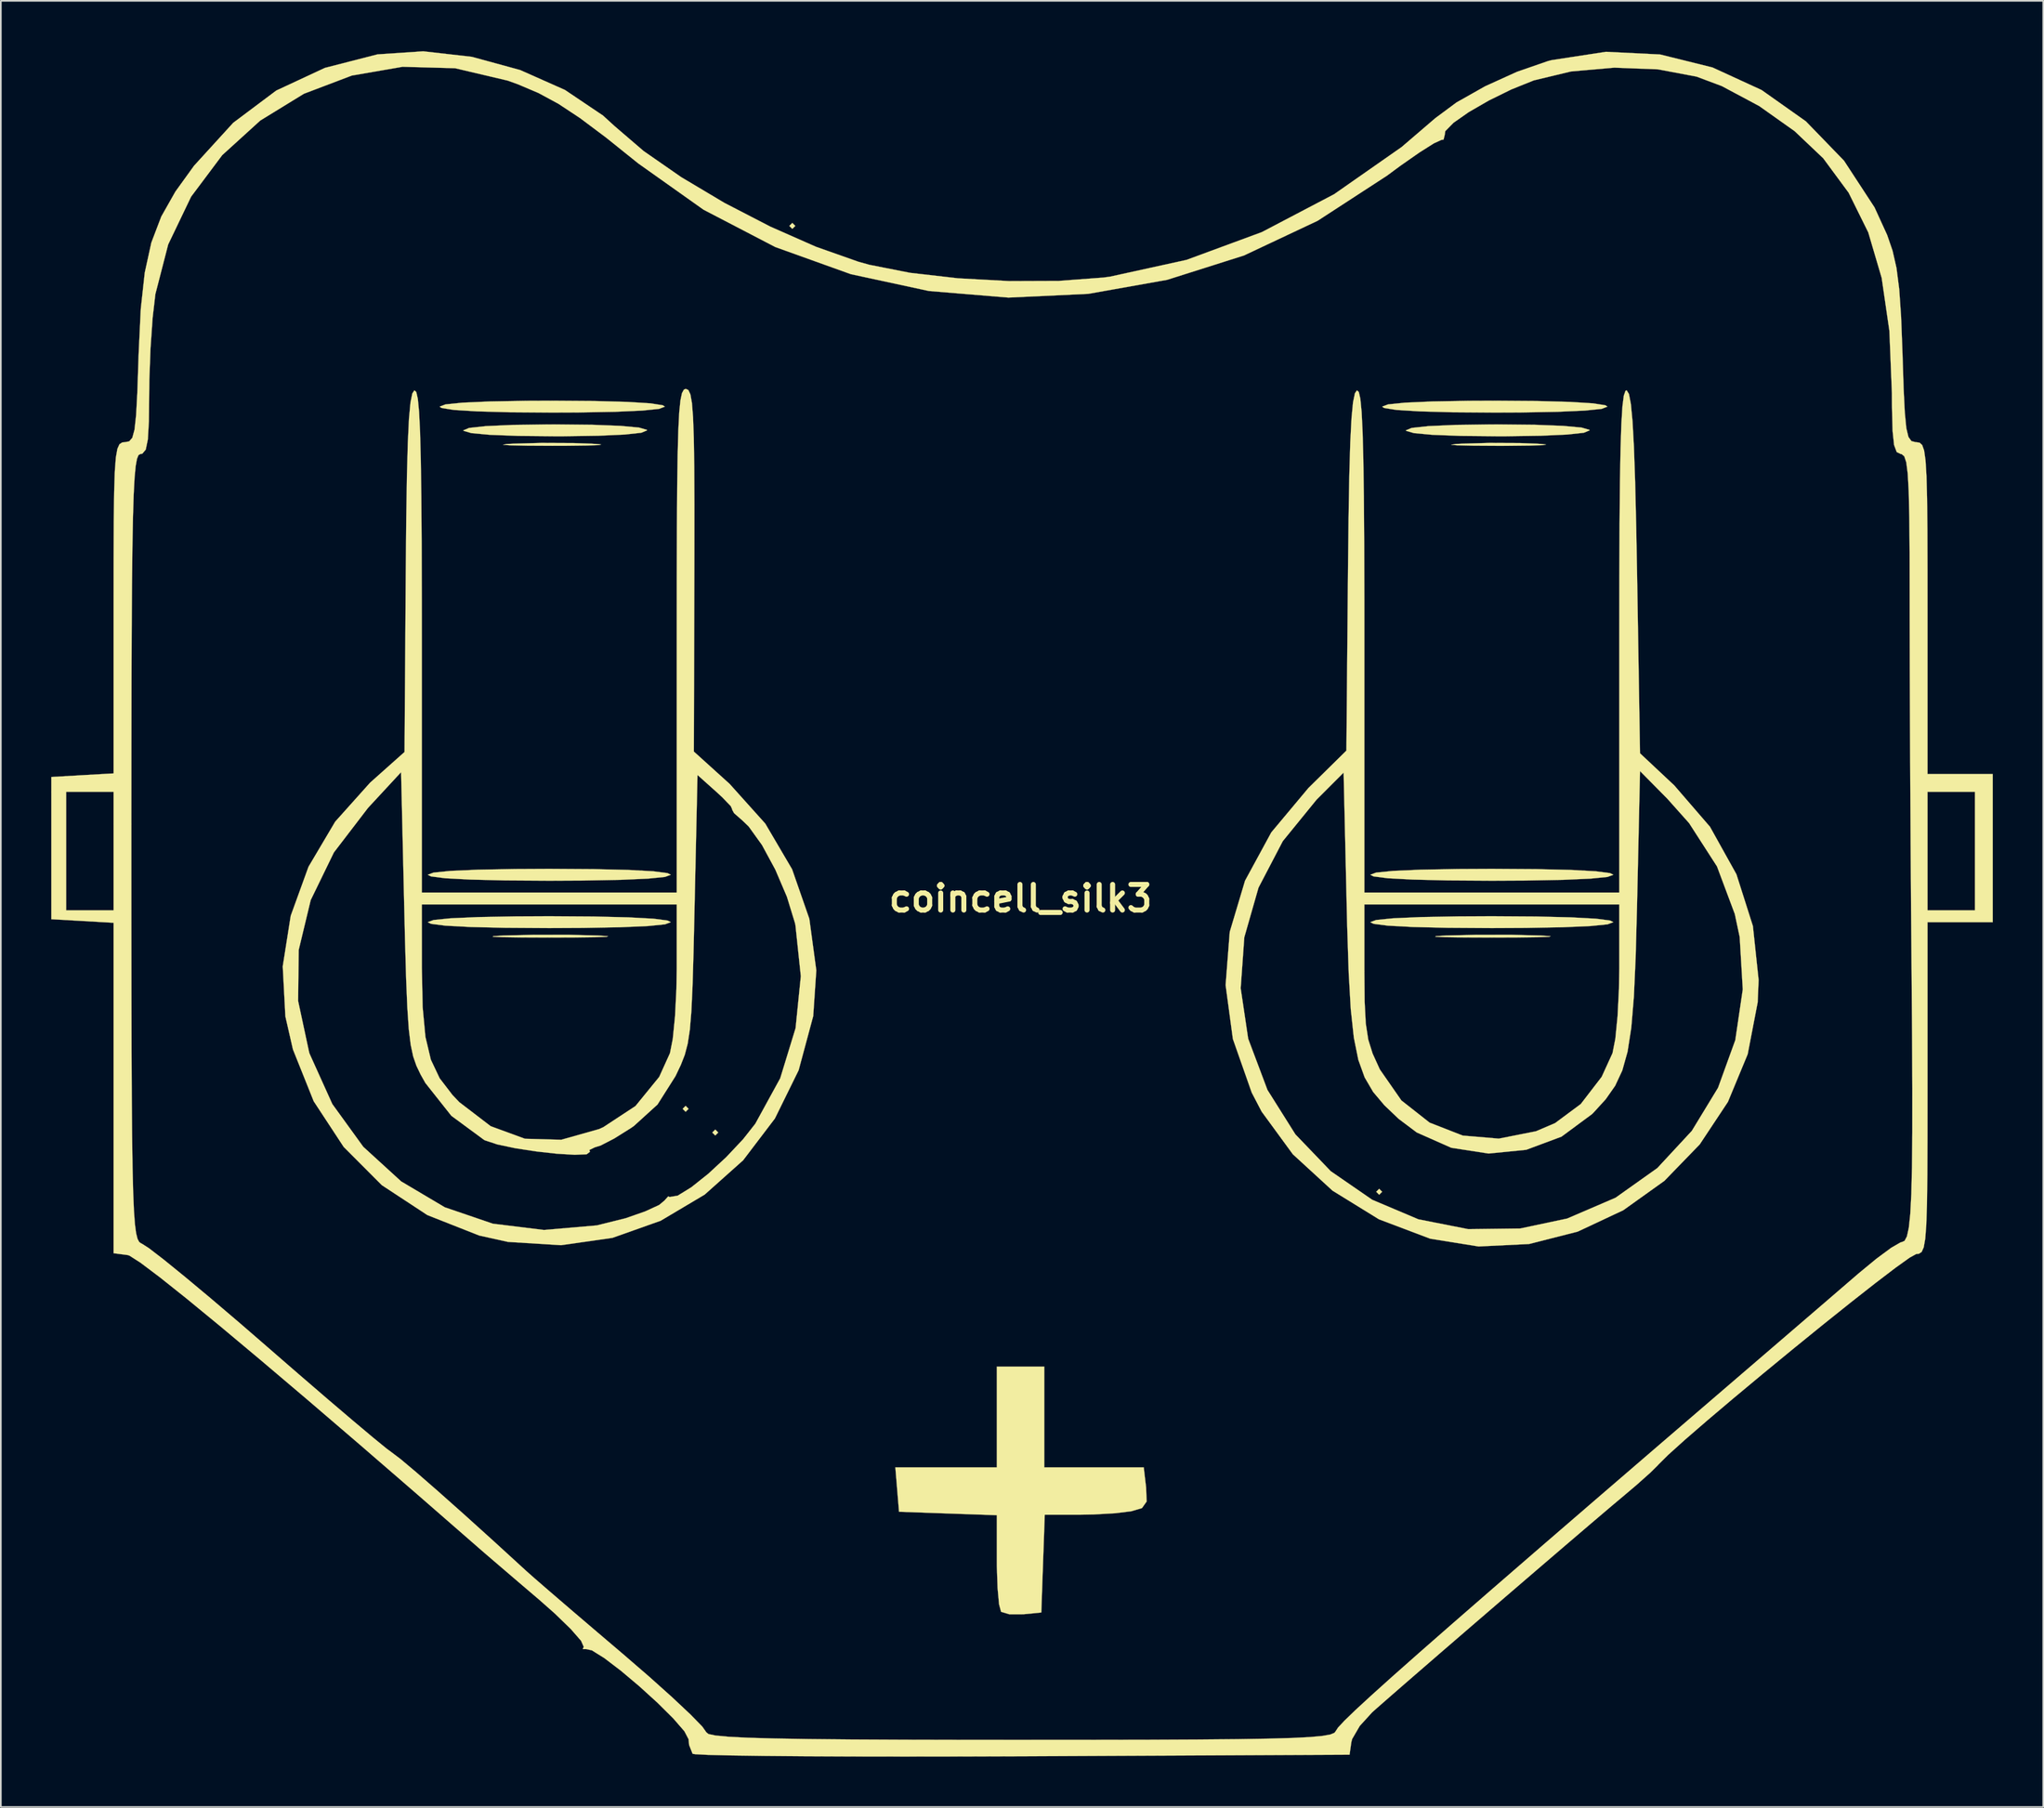
<source format=kicad_pcb>
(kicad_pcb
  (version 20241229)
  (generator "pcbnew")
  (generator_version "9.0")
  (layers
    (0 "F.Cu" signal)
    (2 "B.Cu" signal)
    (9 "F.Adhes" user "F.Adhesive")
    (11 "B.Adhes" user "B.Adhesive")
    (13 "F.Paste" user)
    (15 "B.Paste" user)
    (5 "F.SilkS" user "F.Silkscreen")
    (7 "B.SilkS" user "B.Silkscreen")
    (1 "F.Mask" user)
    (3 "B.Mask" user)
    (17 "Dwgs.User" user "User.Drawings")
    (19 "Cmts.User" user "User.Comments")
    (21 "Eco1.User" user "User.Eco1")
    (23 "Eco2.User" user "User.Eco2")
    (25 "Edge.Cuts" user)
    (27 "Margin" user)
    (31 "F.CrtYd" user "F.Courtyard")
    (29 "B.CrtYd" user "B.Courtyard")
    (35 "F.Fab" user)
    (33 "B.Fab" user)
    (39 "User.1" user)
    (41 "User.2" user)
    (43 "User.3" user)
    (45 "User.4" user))
  (footprint "coincell_silk3"
    (layer "F.Cu")
    (at 57.684 50.44)
    (property "Reference" "coincell_silk3" (at 0 0 0) (layer "F.SilkS") (effects (font (size 1.524 1.524) (thickness 0.3))))
    (attr through_hole)
    (fp_poly (pts (xy -19.756 12.524) (xy -19.932 12.7) (xy -20.108 12.524) (xy -19.932 12.347) (xy -19.756 12.524)) (stroke (width 0.01) (type solid)) (fill yes) (layer "F.SilkS"))
    (fp_poly (pts (xy -17.992 13.935) (xy -18.168 14.111) (xy -18.344 13.935) (xy -18.168 13.758) (xy -17.992 13.935)) (stroke (width 0.01) (type solid)) (fill yes) (layer "F.SilkS"))
    (fp_poly (pts (xy -13.406 -40.04) (xy -13.582 -39.864) (xy -13.758 -40.04) (xy -13.582 -40.217) (xy -13.406 -40.04)) (stroke (width 0.01) (type solid)) (fill yes) (layer "F.SilkS"))
    (fp_poly (pts (xy 21.519 17.462) (xy 21.343 17.639) (xy 21.167 17.462) (xy 21.343 17.286) (xy 21.519 17.462)) (stroke (width 0.01) (type solid)) (fill yes) (layer "F.SilkS"))
    (fp_poly (pts (xy -26.868 2.164) (xy -25.119 2.208) (xy -24.546 2.246) (xy -24.626 2.279) (xy -25.306 2.305) (xy -26.535 2.322) (xy -28.046 2.327) (xy -29.701 2.32) (xy -30.839 2.302) (xy -31.412 2.275) (xy -31.372 2.242) (xy -30.763 2.207) (xy -28.906 2.163) (xy -26.868 2.164)) (stroke (width 0.01) (type solid)) (fill yes) (layer "F.SilkS"))
    (fp_poly (pts (xy -26.601 -27.111) (xy -25.488 -27.073) (xy -24.959 -27.03) (xy -25.08 -26.993) (xy -25.797 -26.966) (xy -27.055 -26.951) (xy -27.869 -26.949) (xy -29.377 -26.957) (xy -30.372 -26.978) (xy -30.797 -27.011) (xy -30.6 -27.051) (xy -30.251 -27.073) (xy -28.514 -27.12) (xy -26.601 -27.111)) (stroke (width 0.01) (type solid)) (fill yes) (layer "F.SilkS"))
    (fp_poly (pts (xy 29.223 2.164) (xy 30.973 2.208) (xy 31.546 2.246) (xy 31.466 2.279) (xy 30.785 2.305) (xy 29.557 2.322) (xy 28.046 2.327) (xy 26.391 2.32) (xy 25.252 2.302) (xy 24.679 2.275) (xy 24.72 2.242) (xy 25.329 2.207) (xy 27.186 2.163) (xy 29.223 2.164)) (stroke (width 0.01) (type solid)) (fill yes) (layer "F.SilkS"))
    (fp_poly (pts (xy 29.703 -27.112) (xy 30.795 -27.072) (xy 31.272 -27.028) (xy 31.102 -26.99) (xy 30.345 -26.963) (xy 29.058 -26.949) (xy 28.399 -26.948) (xy 26.933 -26.957) (xy 25.991 -26.979) (xy 25.626 -27.012) (xy 25.891 -27.054) (xy 26.208 -27.073) (xy 27.893 -27.12) (xy 29.703 -27.112)) (stroke (width 0.01) (type solid)) (fill yes) (layer "F.SilkS"))
    (fp_poly (pts (xy -25.49 -28.2) (xy -23.808 -28.136) (xy -22.704 -28.034) (xy -22.237 -27.898) (xy -22.225 -27.869) (xy -22.568 -27.727) (xy -23.558 -27.619) (xy -25.137 -27.548) (xy -27.248 -27.517) (xy -27.693 -27.517) (xy -29.896 -27.539) (xy -31.579 -27.603) (xy -32.682 -27.705) (xy -33.149 -27.841) (xy -33.161 -27.869) (xy -32.818 -28.012) (xy -31.828 -28.12) (xy -30.249 -28.191) (xy -28.138 -28.221) (xy -27.693 -28.222) (xy -25.49 -28.2)) (stroke (width 0.01) (type solid)) (fill yes) (layer "F.SilkS"))
    (fp_poly (pts (xy -25.411 -1.747) (xy -23.334 -1.698) (xy -21.852 -1.618) (xy -21.007 -1.509) (xy -20.814 -1.411) (xy -21.16 -1.283) (xy -22.171 -1.181) (xy -23.809 -1.109) (xy -26.032 -1.068) (xy -28.046 -1.058) (xy -30.68 -1.075) (xy -32.758 -1.125) (xy -34.239 -1.204) (xy -35.085 -1.313) (xy -35.278 -1.411) (xy -34.932 -1.54) (xy -33.92 -1.641) (xy -32.283 -1.713) (xy -30.06 -1.754) (xy -28.046 -1.764) (xy -25.411 -1.747)) (stroke (width 0.01) (type solid)) (fill yes) (layer "F.SilkS"))
    (fp_poly (pts (xy -25.411 1.075) (xy -23.334 1.125) (xy -21.852 1.204) (xy -21.007 1.313) (xy -20.814 1.411) (xy -21.16 1.54) (xy -22.171 1.641) (xy -23.809 1.713) (xy -26.032 1.754) (xy -28.046 1.764) (xy -30.68 1.747) (xy -32.758 1.698) (xy -34.239 1.618) (xy -35.085 1.509) (xy -35.278 1.411) (xy -34.932 1.283) (xy -33.92 1.181) (xy -32.283 1.109) (xy -30.06 1.068) (xy -28.046 1.058) (xy -25.411 1.075)) (stroke (width 0.01) (type solid)) (fill yes) (layer "F.SilkS"))
    (fp_poly (pts (xy -25.358 -29.615) (xy -23.394 -29.562) (xy -22.022 -29.477) (xy -21.286 -29.361) (xy -21.167 -29.281) (xy -21.512 -29.148) (xy -22.518 -29.045) (xy -24.142 -28.973) (xy -26.338 -28.934) (xy -27.869 -28.928) (xy -30.381 -28.946) (xy -32.344 -28.999) (xy -33.717 -29.084) (xy -34.453 -29.2) (xy -34.572 -29.281) (xy -34.227 -29.413) (xy -33.221 -29.516) (xy -31.597 -29.588) (xy -29.4 -29.627) (xy -27.869 -29.633) (xy -25.358 -29.615)) (stroke (width 0.01) (type solid)) (fill yes) (layer "F.SilkS"))
    (fp_poly (pts (xy 30.602 -28.2) (xy 32.284 -28.136) (xy 33.388 -28.034) (xy 33.855 -27.898) (xy 33.867 -27.869) (xy 33.524 -27.727) (xy 32.534 -27.619) (xy 30.954 -27.548) (xy 28.843 -27.517) (xy 28.399 -27.517) (xy 26.195 -27.539) (xy 24.513 -27.603) (xy 23.41 -27.705) (xy 22.943 -27.841) (xy 22.931 -27.869) (xy 23.273 -28.012) (xy 24.263 -28.12) (xy 25.843 -28.191) (xy 27.954 -28.221) (xy 28.399 -28.222) (xy 30.602 -28.2)) (stroke (width 0.01) (type solid)) (fill yes) (layer "F.SilkS"))
    (fp_poly (pts (xy 30.68 -1.747) (xy 32.758 -1.698) (xy 34.239 -1.618) (xy 35.085 -1.509) (xy 35.278 -1.411) (xy 34.932 -1.283) (xy 33.92 -1.181) (xy 32.283 -1.109) (xy 30.06 -1.068) (xy 28.046 -1.058) (xy 25.411 -1.075) (xy 23.334 -1.125) (xy 21.852 -1.204) (xy 21.007 -1.313) (xy 20.814 -1.411) (xy 21.16 -1.54) (xy 22.171 -1.641) (xy 23.809 -1.713) (xy 26.032 -1.754) (xy 28.046 -1.764) (xy 30.68 -1.747)) (stroke (width 0.01) (type solid)) (fill yes) (layer "F.SilkS"))
    (fp_poly (pts (xy 30.68 1.075) (xy 32.758 1.125) (xy 34.239 1.204) (xy 35.085 1.313) (xy 35.278 1.411) (xy 34.932 1.54) (xy 33.92 1.641) (xy 32.283 1.713) (xy 30.06 1.754) (xy 28.046 1.764) (xy 25.411 1.747) (xy 23.334 1.698) (xy 21.852 1.618) (xy 21.007 1.509) (xy 20.814 1.411) (xy 21.16 1.283) (xy 22.171 1.181) (xy 23.809 1.109) (xy 26.032 1.068) (xy 28.046 1.058) (xy 30.68 1.075)) (stroke (width 0.01) (type solid)) (fill yes) (layer "F.SilkS"))
    (fp_poly (pts (xy 30.733 -29.615) (xy 32.697 -29.562) (xy 34.069 -29.477) (xy 34.806 -29.361) (xy 34.925 -29.281) (xy 34.58 -29.148) (xy 33.573 -29.045) (xy 31.95 -28.973) (xy 29.753 -28.934) (xy 28.222 -28.928) (xy 25.711 -28.946) (xy 23.747 -28.999) (xy 22.375 -29.084) (xy 21.638 -29.2) (xy 21.519 -29.281) (xy 21.865 -29.413) (xy 22.871 -29.516) (xy 24.494 -29.588) (xy 26.691 -29.627) (xy 28.222 -29.633) (xy 30.733 -29.615)) (stroke (width 0.01) (type solid)) (fill yes) (layer "F.SilkS"))
    (fp_poly (pts (xy 1.411 33.867) (xy 7.331 33.867) (xy 7.472 35.072) (xy 7.503 35.903) (xy 7.224 36.296) (xy 6.584 36.483) (xy 5.649 36.599) (xy 4.358 36.673) (xy 3.498 36.689) (xy 1.44 36.689) (xy 1.337 39.599) (xy 1.235 42.51) (xy 0.164 42.615) (xy -0.673 42.614) (xy -1.159 42.468) (xy -1.279 42.017) (xy -1.367 41.052) (xy -1.41 39.762) (xy -1.411 39.467) (xy -1.411 36.717) (xy -4.322 36.615) (xy -7.232 36.513) (xy -7.451 33.867) (xy -1.411 33.867) (xy -1.411 27.869) (xy 1.411 27.869) (xy 1.411 33.867)) (stroke (width 0.01) (type solid)) (fill yes) (layer "F.SilkS"))
    (fp_poly (pts (xy 36.207 -30.032) (xy 36.321 -29.437) (xy 36.419 -28.408) (xy 36.502 -26.889) (xy 36.574 -24.826) (xy 36.638 -22.16) (xy 36.689 -19.374) (xy 36.865 -8.643) (xy 38.905 -6.729) (xy 41.028 -4.269) (xy 42.603 -1.439) (xy 43.583 1.643) (xy 43.923 4.856) (xy 43.867 6.185) (xy 43.273 9.271) (xy 42.097 12.109) (xy 40.418 14.642) (xy 38.315 16.812) (xy 35.868 18.561) (xy 33.157 19.834) (xy 30.26 20.572) (xy 27.258 20.718) (xy 24.381 20.256) (xy 21.329 19.101) (xy 18.567 17.396) (xy 16.204 15.228) (xy 14.348 12.689) (xy 13.757 11.556) (xy 12.636 8.364) (xy 12.229 5.344) (xy 13.1 5.344) (xy 13.546 8.348) (xy 14.693 11.399) (xy 16.356 14.043) (xy 18.46 16.237) (xy 20.927 17.938) (xy 23.68 19.103) (xy 26.642 19.687) (xy 29.736 19.648) (xy 32.529 19.056) (xy 35.409 17.817) (xy 37.898 16.049) (xy 39.947 13.838) (xy 41.509 11.271) (xy 42.536 8.433) (xy 42.981 5.413) (xy 42.797 2.295) (xy 42.506 0.924) (xy 41.446 -1.909) (xy 39.786 -4.486) (xy 38.488 -5.942) (xy 36.865 -7.585) (xy 36.685 0.529) (xy 36.606 3.487) (xy 36.5 5.839) (xy 36.347 7.682) (xy 36.125 9.116) (xy 35.811 10.239) (xy 35.386 11.15) (xy 34.827 11.949) (xy 34.113 12.732) (xy 34.007 12.839) (xy 32.193 14.18) (xy 30.092 14.963) (xy 27.856 15.185) (xy 25.635 14.843) (xy 23.58 13.932) (xy 22.496 13.117) (xy 21.651 12.31) (xy 20.986 11.521) (xy 20.478 10.653) (xy 20.102 9.607) (xy 19.835 8.284) (xy 19.652 6.586) (xy 19.528 4.413) (xy 19.439 1.668) (xy 19.413 0.574) (xy 19.408 0.353) (xy 20.461 0.353) (xy 20.461 4.34) (xy 20.477 6.147) (xy 20.544 7.438) (xy 20.692 8.403) (xy 20.951 9.232) (xy 21.352 10.115) (xy 21.386 10.185) (xy 22.665 12.025) (xy 24.345 13.347) (xy 26.314 14.116) (xy 28.46 14.298) (xy 30.672 13.86) (xy 31.809 13.375) (xy 33.339 12.239) (xy 34.584 10.62) (xy 35.229 9.208) (xy 35.397 8.354) (xy 35.53 7.005) (xy 35.612 5.37) (xy 35.631 4.181) (xy 35.631 0.353) (xy 20.461 0.353) (xy 19.408 0.353) (xy 19.226 -7.495) (xy 17.618 -5.885) (xy 15.606 -3.413) (xy 14.161 -0.645) (xy 13.316 2.31) (xy 13.1 5.344) (xy 12.229 5.344) (xy 12.204 5.155) (xy 12.449 1.993) (xy 13.36 -1.058) (xy 14.923 -3.934) (xy 17.128 -6.572) (xy 17.163 -6.607) (xy 19.392 -8.803) (xy 19.486 -19.454) (xy 19.521 -22.651) (xy 19.565 -25.2) (xy 19.623 -27.16) (xy 19.696 -28.587) (xy 19.787 -29.54) (xy 19.899 -30.077) (xy 20.02 -30.251) (xy 20.131 -30.151) (xy 20.223 -29.738) (xy 20.298 -28.96) (xy 20.356 -27.765) (xy 20.4 -26.102) (xy 20.431 -23.919) (xy 20.45 -21.166) (xy 20.46 -17.79) (xy 20.461 -15.375) (xy 20.461 -0.353) (xy 35.631 -0.353) (xy 35.631 -15.375) (xy 35.635 -19.161) (xy 35.648 -22.292) (xy 35.671 -24.82) (xy 35.707 -26.798) (xy 35.756 -28.275) (xy 35.82 -29.305) (xy 35.901 -29.937) (xy 36.001 -30.224) (xy 36.072 -30.251) (xy 36.207 -30.032)) (stroke (width 0.01) (type solid)) (fill yes) (layer "F.SilkS"))
    (fp_poly (pts (xy -19.769 -30.269) (xy -19.648 -30.012) (xy -19.556 -29.497) (xy -19.49 -28.652) (xy -19.445 -27.408) (xy -19.419 -25.693) (xy -19.409 -23.437) (xy -19.411 -20.567) (xy -19.413 -19.543) (xy -19.442 -8.746) (xy -17.314 -6.821) (xy -15.192 -4.457) (xy -13.596 -1.739) (xy -12.569 1.213) (xy -12.155 4.278) (xy -12.339 7.004) (xy -13.206 10.225) (xy -14.62 13.101) (xy -16.509 15.586) (xy -18.798 17.63) (xy -21.416 19.186) (xy -24.289 20.206) (xy -27.343 20.642) (xy -30.507 20.446) (xy -32.217 20.066) (xy -35.3 18.85) (xy -38.008 17.07) (xy -40.282 14.789) (xy -42.065 12.073) (xy -43.301 8.986) (xy -43.751 7.018) (xy -43.799 6.102) (xy -42.993 6.102) (xy -42.337 9.161) (xy -42.306 9.253) (xy -40.958 12.239) (xy -39.116 14.784) (xy -36.859 16.846) (xy -34.263 18.386) (xy -31.407 19.362) (xy -28.366 19.736) (xy -25.22 19.465) (xy -23.497 19.036) (xy -22.337 18.63) (xy -21.503 18.246) (xy -21.167 17.965) (xy -21.167 17.957) (xy -20.969 17.737) (xy -20.881 17.774) (xy -20.403 17.693) (xy -19.594 17.195) (xy -18.588 16.394) (xy -17.517 15.403) (xy -16.515 14.338) (xy -15.785 13.412) (xy -14.302 10.705) (xy -13.388 7.722) (xy -13.075 4.628) (xy -13.396 1.589) (xy -13.427 1.452) (xy -13.904 -0.103) (xy -14.595 -1.72) (xy -15.388 -3.184) (xy -16.176 -4.281) (xy -16.524 -4.618) (xy -17.049 -5.079) (xy -17.165 -5.29) (xy -17.152 -5.292) (xy -17.244 -5.497) (xy -17.743 -6.016) (xy -18.074 -6.322) (xy -19.226 -7.353) (xy -19.403 0.645) (xy -19.462 3.228) (xy -19.52 5.213) (xy -19.589 6.707) (xy -19.681 7.816) (xy -19.809 8.649) (xy -19.983 9.312) (xy -20.218 9.911) (xy -20.524 10.555) (xy -20.538 10.583) (xy -21.605 12.267) (xy -23.017 13.55) (xy -23.191 13.67) (xy -24.188 14.295) (xy -24.995 14.711) (xy -25.34 14.817) (xy -25.656 14.972) (xy -25.629 15.084) (xy -25.819 15.229) (xy -26.529 15.26) (xy -27.589 15.197) (xy -28.826 15.06) (xy -30.067 14.869) (xy -31.141 14.642) (xy -31.876 14.399) (xy -31.926 14.373) (xy -33.873 12.939) (xy -35.42 10.984) (xy -35.703 10.481) (xy -35.953 9.958) (xy -36.147 9.397) (xy -36.295 8.698) (xy -36.408 7.76) (xy -36.494 6.483) (xy -36.565 4.766) (xy -36.63 2.509) (xy -36.672 0.738) (xy -36.681 0.353) (xy -35.631 0.353) (xy -35.629 4.145) (xy -35.582 6.466) (xy -35.418 8.234) (xy -35.094 9.598) (xy -34.57 10.705) (xy -33.804 11.704) (xy -33.396 12.131) (xy -31.532 13.558) (xy -29.496 14.305) (xy -27.332 14.365) (xy -25.083 13.73) (xy -24.83 13.616) (xy -22.916 12.358) (xy -21.504 10.624) (xy -20.863 9.208) (xy -20.695 8.354) (xy -20.561 7.005) (xy -20.479 5.37) (xy -20.461 4.181) (xy -20.461 0.353) (xy -35.631 0.353) (xy -36.681 0.353) (xy -36.865 -7.52) (xy -38.834 -5.392) (xy -40.865 -2.739) (xy -42.244 0.098) (xy -42.958 3.063) (xy -42.993 6.102) (xy -43.799 6.102) (xy -43.908 4.045) (xy -43.433 1.032) (xy -42.375 -1.886) (xy -40.786 -4.572) (xy -38.714 -6.888) (xy -38.611 -6.981) (xy -36.659 -8.721) (xy -36.586 -19.412) (xy -36.557 -22.613) (xy -36.517 -25.166) (xy -36.464 -27.13) (xy -36.395 -28.563) (xy -36.306 -29.522) (xy -36.196 -30.066) (xy -36.072 -30.251) (xy -35.96 -30.151) (xy -35.868 -29.738) (xy -35.794 -28.96) (xy -35.735 -27.765) (xy -35.692 -26.102) (xy -35.661 -23.92) (xy -35.641 -21.166) (xy -35.632 -17.791) (xy -35.631 -15.375) (xy -35.631 -0.353) (xy -20.461 -0.353) (xy -20.461 -15.346) (xy -20.459 -19.023) (xy -20.45 -22.056) (xy -20.434 -24.503) (xy -20.406 -26.427) (xy -20.366 -27.886) (xy -20.312 -28.942) (xy -20.24 -29.655) (xy -20.149 -30.085) (xy -20.037 -30.292) (xy -19.923 -30.339) (xy -19.769 -30.269)) (stroke (width 0.01) (type solid)) (fill yes) (layer "F.SilkS"))
    (fp_poly (pts (xy -32.652 -50.106) (xy -29.779 -49.32) (xy -27.115 -48.136) (xy -24.848 -46.61) (xy -24.157 -45.979) (xy -22.43 -44.497) (xy -20.193 -42.943) (xy -17.622 -41.411) (xy -14.891 -39.998) (xy -12.176 -38.799) (xy -9.653 -37.908) (xy -8.996 -37.725) (xy -6.578 -37.248) (xy -3.722 -36.921) (xy -0.683 -36.756) (xy 2.286 -36.767) (xy 4.929 -36.965) (xy 5.323 -37.018) (xy 9.879 -38.018) (xy 14.36 -39.671) (xy 18.661 -41.927) (xy 22.677 -44.735) (xy 24.681 -46.454) (xy 25.944 -47.391) (xy 27.647 -48.353) (xy 29.542 -49.214) (xy 31.38 -49.851) (xy 31.588 -49.907) (xy 34.838 -50.405) (xy 38.064 -50.246) (xy 41.18 -49.473) (xy 44.099 -48.131) (xy 46.736 -46.266) (xy 49.005 -43.922) (xy 50.82 -41.144) (xy 51.572 -39.5) (xy 51.894 -38.564) (xy 52.127 -37.541) (xy 52.29 -36.277) (xy 52.403 -34.618) (xy 52.487 -32.41) (xy 52.488 -32.367) (xy 52.553 -30.348) (xy 52.623 -28.93) (xy 52.712 -28.007) (xy 52.839 -27.475) (xy 53.018 -27.229) (xy 53.268 -27.164) (xy 53.308 -27.164) (xy 53.504 -27.134) (xy 53.657 -26.995) (xy 53.773 -26.669) (xy 53.856 -26.08) (xy 53.913 -25.15) (xy 53.948 -23.804) (xy 53.967 -21.964) (xy 53.974 -19.553) (xy 53.975 -17.286) (xy 53.975 -7.408) (xy 57.856 -7.408) (xy 57.856 1.411) (xy 53.975 1.411) (xy 53.975 11.289) (xy 53.973 14.185) (xy 53.964 16.452) (xy 53.942 18.167) (xy 53.903 19.407) (xy 53.84 20.249) (xy 53.749 20.769) (xy 53.625 21.044) (xy 53.462 21.151) (xy 53.302 21.167) (xy 52.91 21.384) (xy 52.067 21.988) (xy 50.862 22.907) (xy 49.379 24.072) (xy 47.706 25.411) (xy 45.93 26.854) (xy 44.138 28.328) (xy 42.415 29.764) (xy 40.849 31.091) (xy 39.526 32.237) (xy 38.533 33.132) (xy 37.957 33.704) (xy 37.924 33.744) (xy 37.471 34.192) (xy 36.668 34.908) (xy 35.947 35.519) (xy 35.156 36.184) (xy 33.945 37.214) (xy 32.415 38.522) (xy 30.666 40.022) (xy 28.799 41.627) (xy 26.914 43.251) (xy 25.113 44.805) (xy 23.496 46.205) (xy 22.164 47.363) (xy 21.217 48.192) (xy 20.922 48.455) (xy 20.187 49.263) (xy 19.736 50.038) (xy 19.687 50.222) (xy 19.579 50.976) (xy 0.15 51.068) (xy -3.488 51.08) (xy -6.913 51.084) (xy -10.059 51.08) (xy -12.863 51.067) (xy -15.26 51.047) (xy -17.185 51.02) (xy -18.573 50.987) (xy -19.36 50.947) (xy -19.517 50.921) (xy -19.724 50.397) (xy -19.756 50.054) (xy -20.004 49.581) (xy -20.662 48.821) (xy -21.599 47.89) (xy -22.683 46.904) (xy -23.783 45.977) (xy -24.769 45.225) (xy -25.509 44.763) (xy -25.852 44.688) (xy -26.054 44.688) (xy -25.994 44.554) (xy -26.154 44.194) (xy -26.761 43.498) (xy -27.711 42.575) (xy -28.626 41.766) (xy -29.894 40.684) (xy -31.033 39.709) (xy -31.891 38.973) (xy -32.232 38.676) (xy -35.926 35.455) (xy -39.343 32.498) (xy -42.454 29.829) (xy -45.23 27.474) (xy -47.639 25.457) (xy -49.653 23.802) (xy -51.242 22.536) (xy -52.375 21.683) (xy -53.023 21.268) (xy -53.128 21.231) (xy -53.975 21.12) (xy -53.975 1.448) (xy -55.827 1.341) (xy -57.679 1.235) (xy -57.679 -6.35) (xy -56.797 -6.35) (xy -56.797 0.706) (xy -53.975 0.706) (xy -53.975 -3.04) (xy -52.917 -3.04) (xy -52.916 1.606) (xy -52.912 5.596) (xy -52.905 8.98) (xy -52.892 11.81) (xy -52.873 14.133) (xy -52.846 16.002) (xy -52.81 17.465) (xy -52.764 18.574) (xy -52.706 19.377) (xy -52.634 19.925) (xy -52.549 20.268) (xy -52.447 20.456) (xy -52.329 20.539) (xy -52.299 20.548) (xy -51.874 20.819) (xy -50.998 21.493) (xy -49.751 22.506) (xy -48.209 23.793) (xy -46.452 25.29) (xy -44.854 26.675) (xy -42.972 28.309) (xy -41.24 29.802) (xy -39.735 31.084) (xy -38.538 32.09) (xy -37.726 32.753) (xy -37.399 32.996) (xy -36.899 33.374) (xy -35.962 34.162) (xy -34.669 35.289) (xy -33.101 36.684) (xy -31.337 38.278) (xy -29.458 39.998) (xy -29.412 40.04) (xy -28.903 40.491) (xy -27.957 41.31) (xy -26.677 42.41) (xy -25.163 43.703) (xy -23.672 44.972) (xy -22.096 46.334) (xy -20.726 47.563) (xy -19.646 48.578) (xy -18.941 49.3) (xy -18.697 49.646) (xy -18.568 49.748) (xy -18.147 49.835) (xy -17.388 49.906) (xy -16.242 49.965) (xy -14.663 50.01) (xy -12.601 50.045) (xy -10.011 50.07) (xy -6.843 50.085) (xy -3.05 50.093) (xy -0.026 50.094) (xy 4.126 50.092) (xy 7.626 50.086) (xy 10.53 50.072) (xy 12.89 50.051) (xy 14.762 50.02) (xy 16.199 49.978) (xy 17.255 49.924) (xy 17.986 49.855) (xy 18.444 49.771) (xy 18.685 49.67) (xy 18.76 49.566) (xy 18.897 49.357) (xy 19.275 48.952) (xy 19.922 48.326) (xy 20.865 47.457) (xy 22.129 46.319) (xy 23.743 44.89) (xy 25.733 43.146) (xy 28.127 41.062) (xy 30.951 38.615) (xy 34.232 35.782) (xy 37.997 32.539) (xy 42.125 28.989) (xy 43.971 27.402) (xy 45.786 25.841) (xy 47.449 24.411) (xy 48.834 23.218) (xy 49.819 22.369) (xy 49.884 22.313) (xy 50.937 21.445) (xy 51.817 20.795) (xy 52.369 20.476) (xy 52.438 20.461) (xy 52.609 20.384) (xy 52.75 20.117) (xy 52.862 19.601) (xy 52.949 18.782) (xy 53.011 17.602) (xy 53.05 16.005) (xy 53.07 13.934) (xy 53.071 11.333) (xy 53.056 8.146) (xy 53.027 4.316) (xy 53.023 3.881) (xy 52.995 0.417) (xy 52.97 -3.236) (xy 52.952 -6.35) (xy 53.975 -6.35) (xy 53.975 0.706) (xy 56.797 0.706) (xy 56.797 -6.35) (xy 53.975 -6.35) (xy 52.952 -6.35) (xy 52.948 -6.918) (xy 52.931 -10.468) (xy 52.919 -13.728) (xy 52.913 -16.536) (xy 52.912 -17.903) (xy 52.909 -20.612) (xy 52.891 -22.694) (xy 52.856 -24.228) (xy 52.797 -25.292) (xy 52.711 -25.965) (xy 52.591 -26.326) (xy 52.434 -26.454) (xy 52.388 -26.458) (xy 52.143 -26.574) (xy 51.985 -26.996) (xy 51.896 -27.841) (xy 51.86 -29.222) (xy 51.856 -30.074) (xy 51.707 -33.783) (xy 51.247 -36.945) (xy 50.448 -39.657) (xy 49.279 -42.019) (xy 47.769 -44.066) (xy 46.066 -45.682) (xy 43.96 -47.176) (xy 41.73 -48.367) (xy 40.233 -48.928) (xy 37.932 -49.362) (xy 35.337 -49.462) (xy 32.759 -49.236) (xy 30.544 -48.704) (xy 29.206 -48.165) (xy 27.871 -47.508) (xy 26.677 -46.819) (xy 25.766 -46.181) (xy 25.275 -45.681) (xy 25.246 -45.472) (xy 25.174 -45.179) (xy 25.033 -45.156) (xy 24.593 -44.954) (xy 23.737 -44.412) (xy 22.606 -43.622) (xy 21.806 -43.031) (xy 17.681 -40.347) (xy 13.297 -38.281) (xy 8.722 -36.83) (xy 4.026 -35.995) (xy -0.723 -35.774) (xy -5.456 -36.166) (xy -10.103 -37.169) (xy -14.596 -38.783) (xy -18.866 -41.006) (xy -22.751 -43.762) (xy -24.671 -45.303) (xy -26.209 -46.456) (xy -27.501 -47.31) (xy -28.686 -47.951) (xy -29.902 -48.468) (xy -30.516 -48.69) (xy -33.653 -49.429) (xy -36.774 -49.514) (xy -39.799 -48.991) (xy -42.649 -47.908) (xy -45.245 -46.314) (xy -47.509 -44.255) (xy -49.362 -41.78) (xy -50.725 -38.937) (xy -51.487 -35.983) (xy -51.65 -34.584) (xy -51.776 -32.782) (xy -51.847 -30.88) (xy -51.856 -30.074) (xy -51.874 -28.406) (xy -51.936 -27.327) (xy -52.06 -26.724) (xy -52.263 -26.481) (xy -52.388 -26.458) (xy -52.493 -26.394) (xy -52.584 -26.168) (xy -52.661 -25.734) (xy -52.726 -25.041) (xy -52.779 -24.043) (xy -52.821 -22.691) (xy -52.854 -20.936) (xy -52.879 -18.731) (xy -52.896 -16.027) (xy -52.908 -12.775) (xy -52.914 -8.929) (xy -52.917 -4.439) (xy -52.917 -3.04) (xy -53.975 -3.04) (xy -53.975 -6.35) (xy -56.797 -6.35) (xy -57.679 -6.35) (xy -57.679 -7.232) (xy -55.827 -7.339) (xy -53.975 -7.445) (xy -53.975 -17.305) (xy -53.973 -20.198) (xy -53.964 -22.463) (xy -53.941 -24.176) (xy -53.902 -25.413) (xy -53.839 -26.253) (xy -53.747 -26.771) (xy -53.623 -27.044) (xy -53.46 -27.149) (xy -53.308 -27.164) (xy -53.048 -27.212) (xy -52.859 -27.428) (xy -52.727 -27.915) (xy -52.633 -28.78) (xy -52.561 -30.126) (xy -52.495 -32.058) (xy -52.486 -32.367) (xy -52.357 -35.085) (xy -52.119 -37.258) (xy -51.728 -39.043) (xy -51.135 -40.599) (xy -50.296 -42.082) (xy -49.184 -43.624) (xy -46.857 -46.177) (xy -44.295 -48.098) (xy -41.398 -49.448) (xy -38.276 -50.251) (xy -35.547 -50.435) (xy -32.652 -50.106)) (stroke (width 0.01) (type solid)) (fill yes) (layer "F.SilkS")))
  (gr_rect
    (start -3 -3)
    (end 118.545 104.529)
    (stroke (width 0.1) (type default))
    (fill no)
    (layer "Edge.Cuts")))
</source>
